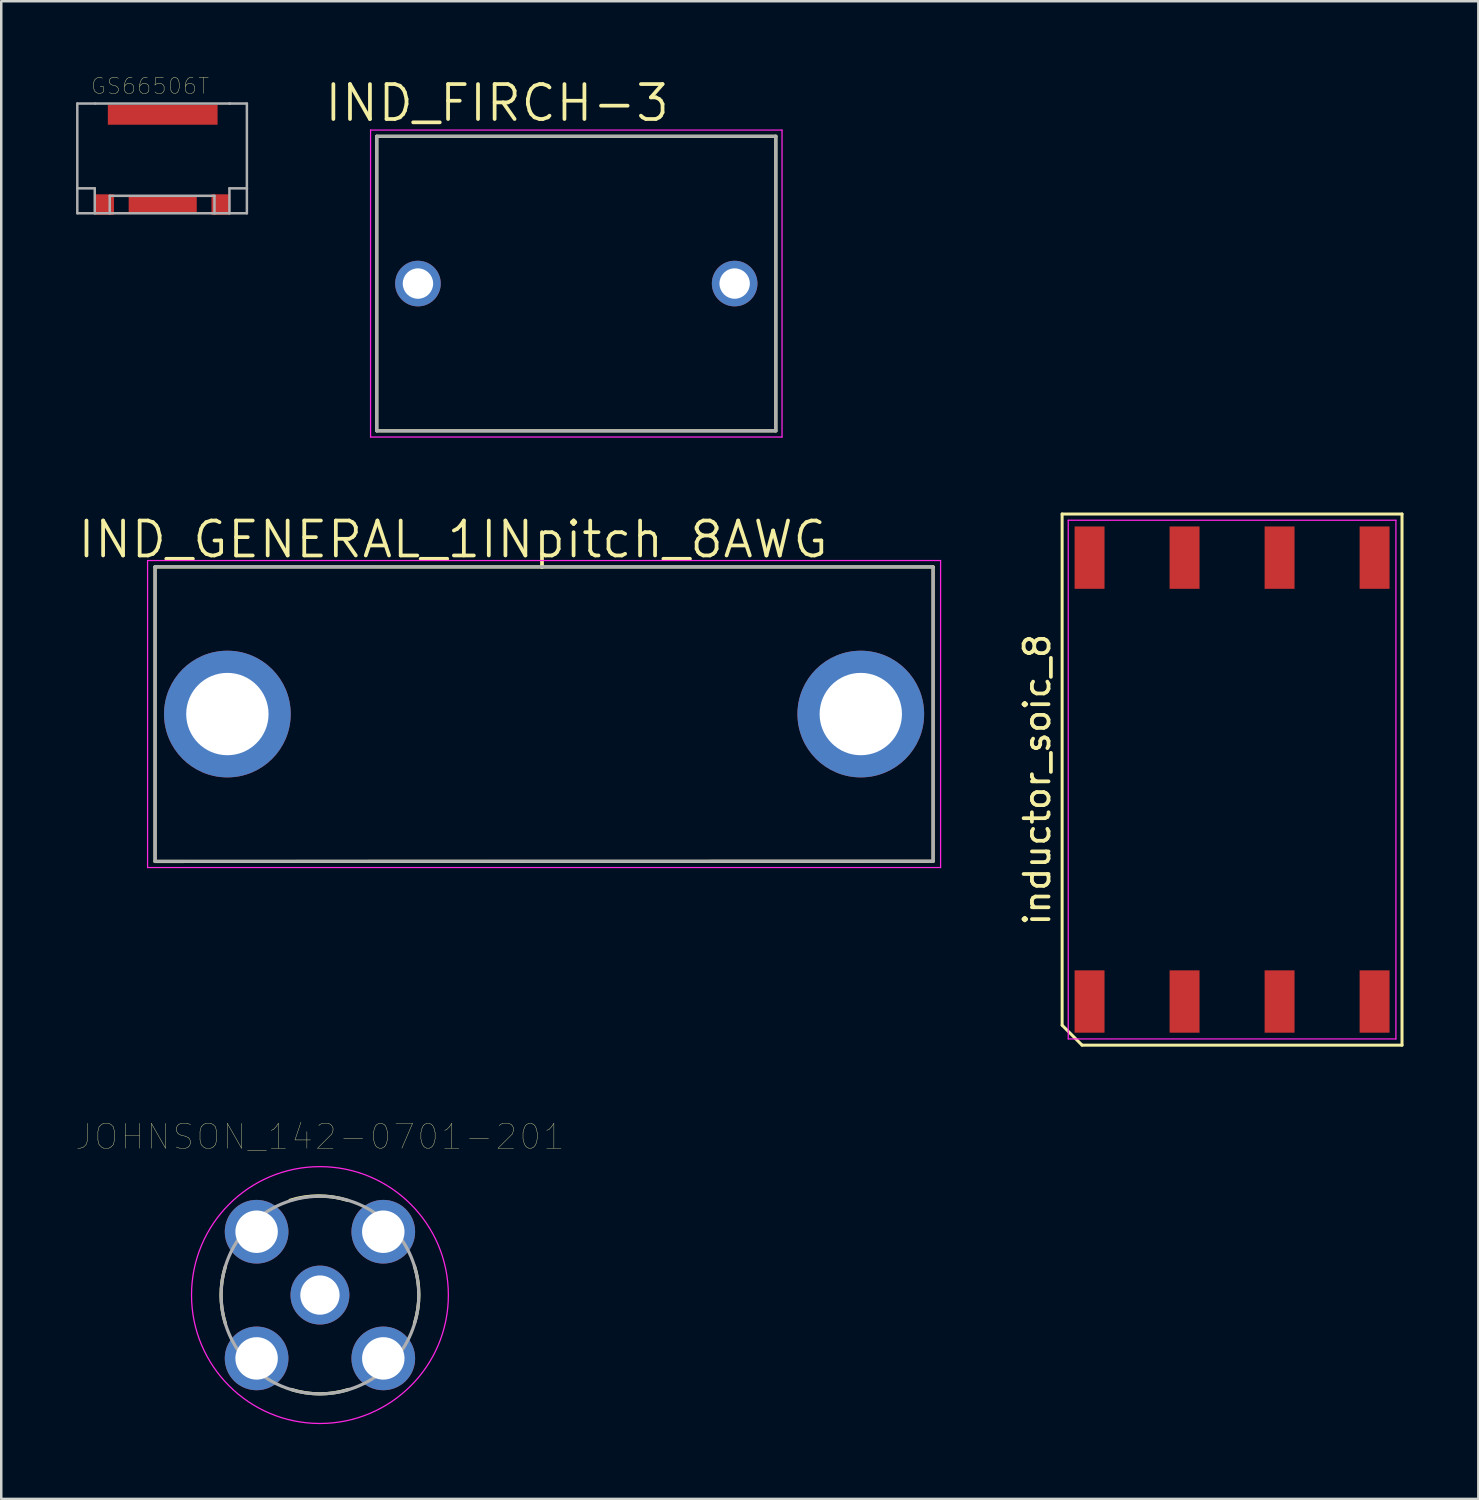
<source format=kicad_pcb>
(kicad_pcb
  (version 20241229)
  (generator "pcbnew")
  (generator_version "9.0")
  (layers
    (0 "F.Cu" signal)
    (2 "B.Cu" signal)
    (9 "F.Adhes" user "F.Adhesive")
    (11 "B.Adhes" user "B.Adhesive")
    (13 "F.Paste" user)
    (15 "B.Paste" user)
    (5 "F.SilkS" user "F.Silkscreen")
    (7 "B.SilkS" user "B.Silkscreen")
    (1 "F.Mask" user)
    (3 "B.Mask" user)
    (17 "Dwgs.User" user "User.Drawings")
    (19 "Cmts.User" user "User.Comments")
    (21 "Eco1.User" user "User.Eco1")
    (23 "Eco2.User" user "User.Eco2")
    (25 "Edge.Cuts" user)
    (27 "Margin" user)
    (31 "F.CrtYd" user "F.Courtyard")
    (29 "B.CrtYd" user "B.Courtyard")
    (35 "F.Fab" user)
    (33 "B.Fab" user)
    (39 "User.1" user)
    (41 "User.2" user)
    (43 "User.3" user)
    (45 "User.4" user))
  (footprint "IND_GENERAL_1INpitch_8AWG"
    (layer "F.Cu")
    (at 19.068 25.484)
    (property "Reference" "IND_GENERAL_1INpitch_8AWG" (at -3.95 -6.9 0) (layer "F.SilkS") (effects (font (size 1.4 1.4) (thickness 0.15))))
    (attr through_hole)
    (fp_line (start -15.9 -5.8) (end 15.3 -5.8) (stroke (width 0.127) (type solid)) (layer "F.SilkS"))
    (fp_line (start -15.9 6.011) (end -15.9 -5.8) (stroke (width 0.127) (type solid)) (layer "F.SilkS"))
    (fp_line (start 15.3 -5.8) (end 15.3 6.005) (stroke (width 0.127) (type solid)) (layer "F.SilkS"))
    (fp_line (start 15.3 6.005) (end -15.9 6.011) (stroke (width 0.127) (type solid)) (layer "F.SilkS"))
    (fp_line (start -16.2 -6.056) (end 15.6 -6.056) (stroke (width 0.05) (type solid)) (layer "F.CrtYd"))
    (fp_line (start -16.2 6.255) (end -16.2 -6.056) (stroke (width 0.05) (type solid)) (layer "F.CrtYd"))
    (fp_line (start 15.6 -6.056) (end 15.6 6.255) (stroke (width 0.05) (type solid)) (layer "F.CrtYd"))
    (fp_line (start 15.6 6.255) (end -16.2 6.255) (stroke (width 0.05) (type solid)) (layer "F.CrtYd"))
    (fp_line (start -15.9 -5.806) (end 15.3 -5.8) (stroke (width 0.127) (type solid)) (layer "F.Fab"))
    (fp_line (start -15.9 6.005) (end -15.9 -5.806) (stroke (width 0.127) (type solid)) (layer "F.Fab"))
    (fp_line (start 15.3 -5.711) (end 15.3 6) (stroke (width 0.127) (type solid)) (layer "F.Fab"))
    (fp_line (start 15.3 6) (end -15.9 6.005) (stroke (width 0.127) (type solid)) (layer "F.Fab"))
    (pad "1" thru_hole circle (at -13 0.1) (size 5.08 5.08) (drill 3.302) (layers "*.Cu" "*.Mask"))
    (pad "2" thru_hole circle (at 12.4 0.1) (size 5.08 5.08) (drill 3.302) (layers "*.Cu" "*.Mask")))
  (footprint "GS66506T"
    (layer "F.Cu")
    (at 3.475 3.352)
    (property "Reference" "GS66506T" (at -0.509 -2.951 0) (layer "F.SilkS") (effects (font (size 0.641 0.641) (thickness 0.015))))
    (attr through_hole)
    (fp_line (start -3.425 -2.25) (end -2.7 -2.25) (stroke (width 0.1) (type solid)) (layer "F.Fab"))
    (fp_line (start -3.425 1.15) (end -3.425 -2.25) (stroke (width 0.1) (type solid)) (layer "F.Fab"))
    (fp_line (start -3.425 1.15) (end -2.725 1.15) (stroke (width 0.1) (type solid)) (layer "F.Fab"))
    (fp_line (start -3.425 2.15) (end -3.425 1.15) (stroke (width 0.1) (type solid)) (layer "F.Fab"))
    (fp_line (start -2.725 1.15) (end -2.725 2.15) (stroke (width 0.1) (type solid)) (layer "F.Fab"))
    (fp_line (start -2.725 2.15) (end -3.425 2.15) (stroke (width 0.1) (type solid)) (layer "F.Fab"))
    (fp_line (start -2.7 -2.25) (end 2.7 -2.25) (stroke (width 0.1) (type solid)) (layer "F.Fab"))
    (fp_line (start -2.125 1.45) (end -2.125 2.15) (stroke (width 0.1) (type solid)) (layer "F.Fab"))
    (fp_line (start -2.125 2.15) (end -2.725 2.15) (stroke (width 0.1) (type solid)) (layer "F.Fab"))
    (fp_line (start 2.075 1.45) (end -2.125 1.45) (stroke (width 0.1) (type solid)) (layer "F.Fab"))
    (fp_line (start 2.075 2.15) (end -2.125 2.15) (stroke (width 0.1) (type solid)) (layer "F.Fab"))
    (fp_line (start 2.075 2.15) (end 2.075 1.45) (stroke (width 0.1) (type solid)) (layer "F.Fab"))
    (fp_line (start 2.675 -2.25) (end 3.375 -2.25) (stroke (width 0.1) (type solid)) (layer "F.Fab"))
    (fp_line (start 2.675 1.15) (end 2.675 2.15) (stroke (width 0.1) (type solid)) (layer "F.Fab"))
    (fp_line (start 2.675 2.15) (end 2.075 2.15) (stroke (width 0.1) (type solid)) (layer "F.Fab"))
    (fp_line (start 3.375 -2.25) (end 3.375 1.15) (stroke (width 0.1) (type solid)) (layer "F.Fab"))
    (fp_line (start 3.375 1.15) (end 2.675 1.15) (stroke (width 0.1) (type solid)) (layer "F.Fab"))
    (fp_line (start 3.375 1.15) (end 3.375 2.15) (stroke (width 0.1) (type solid)) (layer "F.Fab"))
    (fp_line (start 3.375 2.15) (end 2.675 2.15) (stroke (width 0.1) (type solid)) (layer "F.Fab"))
    (pad "1" smd rect (at 0 -1.8) (size 4.4 0.8) (layers "F.Cu" "F.Mask" "F.Paste"))
    (pad "2" smd rect (at 2.33 1.8) (size 0.75 0.82) (layers "F.Cu" "F.Mask" "F.Paste"))
    (pad "3" smd rect (at 0 1.8) (size 2.73 0.74) (layers "F.Cu" "F.Mask" "F.Paste"))
    (pad "4" smd rect (at -2.33 1.8) (size 0.75 0.82) (layers "F.Cu" "F.Mask" "F.Paste")))
  (footprint "inductor_soic_8"
    (layer "F.Cu")
    (at 46.357 28.212)
    (property "Reference" "inductor_soic_8" (at -7.815 0 90) (layer "F.SilkS") (effects (font (size 1 1) (thickness 0.15))))
    (attr smd)
    (fp_line (start -6.815 -10.65) (end 6.815 -10.65) (stroke (width 0.12) (type solid)) (layer "F.SilkS"))
    (fp_line (start -6.815 9.85) (end -6.815 -10.65) (stroke (width 0.12) (type solid)) (layer "F.SilkS"))
    (fp_line (start -6.015 10.65) (end -6.815 9.85) (stroke (width 0.12) (type solid)) (layer "F.SilkS"))
    (fp_line (start 6.815 -10.65) (end 6.815 10.65) (stroke (width 0.12) (type solid)) (layer "F.SilkS"))
    (fp_line (start 6.815 10.65) (end -6.015 10.65) (stroke (width 0.12) (type solid)) (layer "F.SilkS"))
    (fp_line (start -6.57 -10.4) (end 6.57 -10.4) (stroke (width 0.05) (type solid)) (layer "F.CrtYd"))
    (fp_line (start -6.57 10.4) (end -6.57 -10.4) (stroke (width 0.05) (type solid)) (layer "F.CrtYd"))
    (fp_line (start 6.57 -10.4) (end 6.57 10.4) (stroke (width 0.05) (type solid)) (layer "F.CrtYd"))
    (fp_line (start 6.57 10.4) (end -6.57 10.4) (stroke (width 0.05) (type solid)) (layer "F.CrtYd"))
    (pad "1" smd rect (at -5.715 8.9) (size 1.2 2.5) (layers "F.Cu" "F.Mask" "F.Paste"))
    (pad "2" smd rect (at -1.905 8.9) (size 1.2 2.5) (layers "F.Cu" "F.Mask" "F.Paste"))
    (pad "3" smd rect (at 1.905 8.9) (size 1.2 2.5) (layers "F.Cu" "F.Mask" "F.Paste"))
    (pad "4" smd rect (at 5.715 8.9) (size 1.2 2.5) (layers "F.Cu" "F.Mask" "F.Paste"))
    (pad "5" smd rect (at 5.715 -8.9) (size 1.2 2.5) (layers "F.Cu" "F.Mask" "F.Paste"))
    (pad "6" smd rect (at 1.905 -8.9) (size 1.2 2.5) (layers "F.Cu" "F.Mask" "F.Paste"))
    (pad "7" smd rect (at -1.905 -8.9) (size 1.2 2.5) (layers "F.Cu" "F.Mask" "F.Paste"))
    (pad "8" smd rect (at -5.715 -8.9) (size 1.2 2.5) (layers "F.Cu" "F.Mask" "F.Paste")))
  (footprint "IND_FIRCH-3"
    (layer "F.Cu")
    (at 20.06 8.321)
    (property "Reference" "IND_FIRCH-3" (at -3.175 -7.239 0) (layer "F.SilkS") (effects (font (size 1.4 1.4) (thickness 0.15))))
    (attr through_hole)
    (fp_line (start -8.001 -5.905) (end 8.001 -5.905) (stroke (width 0.127) (type solid)) (layer "F.SilkS"))
    (fp_line (start -8.001 5.905) (end -8.001 -5.905) (stroke (width 0.127) (type solid)) (layer "F.SilkS"))
    (fp_line (start 8.001 -5.905) (end 8.001 5.905) (stroke (width 0.127) (type solid)) (layer "F.SilkS"))
    (fp_line (start 8.001 5.905) (end -8.001 5.905) (stroke (width 0.127) (type solid)) (layer "F.SilkS"))
    (fp_line (start -8.25 -6.155) (end 8.25 -6.155) (stroke (width 0.05) (type solid)) (layer "F.CrtYd"))
    (fp_line (start -8.25 6.155) (end -8.25 -6.155) (stroke (width 0.05) (type solid)) (layer "F.CrtYd"))
    (fp_line (start 8.25 -6.155) (end 8.25 6.155) (stroke (width 0.05) (type solid)) (layer "F.CrtYd"))
    (fp_line (start 8.25 6.155) (end -8.25 6.155) (stroke (width 0.05) (type solid)) (layer "F.CrtYd"))
    (fp_line (start -8.001 -5.905) (end 8.001 -5.905) (stroke (width 0.127) (type solid)) (layer "F.Fab"))
    (fp_line (start -8.001 5.905) (end -8.001 -5.905) (stroke (width 0.127) (type solid)) (layer "F.Fab"))
    (fp_line (start 8.001 -5.905) (end 8.001 5.905) (stroke (width 0.127) (type solid)) (layer "F.Fab"))
    (fp_line (start 8.001 5.905) (end -8.001 5.905) (stroke (width 0.127) (type solid)) (layer "F.Fab"))
    (pad "1" thru_hole circle (at -6.35 0) (size 1.829 1.829) (drill 1.219) (layers "*.Cu" "*.Mask"))
    (pad "2" thru_hole circle (at 6.35 0) (size 1.829 1.829) (drill 1.219) (layers "*.Cu" "*.Mask")))
  (footprint "JOHNSON_142-0701-201"
    (layer "F.Cu")
    (at 9.78 48.883)
    (property "Reference" "JOHNSON_142-0701-201" (at 0 -6.35 0) (layer "F.SilkS") (effects (font (size 1 1) (thickness 0.015))))
    (attr through_hole)
    (fp_arc (start -3.79 1.15) (mid -3.967002 0) (end -3.79 -1.15) (stroke (width 0.127) (type solid)) (layer "F.SilkS"))
    (fp_arc (start -1.2 -3.8) (mid -0.05 -3.977002) (end 1.1 -3.8) (stroke (width 0.127) (type solid)) (layer "F.SilkS"))
    (fp_arc (start 1.145 3.785) (mid -0.005 3.962002) (end -1.155 3.785) (stroke (width 0.127) (type solid)) (layer "F.SilkS"))
    (fp_arc (start 3.79 -1.165) (mid 3.967002 -0.015) (end 3.79 1.135) (stroke (width 0.127) (type solid)) (layer "F.SilkS"))
    (fp_circle (center 0 0) (end 5.15 0) (stroke (width 0.05) (type solid)) (fill no) (layer "F.CrtYd"))
    (fp_circle (center 0 0) (end 3.962 0) (stroke (width 0.127) (type solid)) (fill no) (layer "F.Fab"))
    (pad "1" thru_hole circle (at 0 0) (size 2.362 2.362) (drill 1.575) (layers "*.Cu" "*.Mask"))
    (pad "2" thru_hole circle (at -2.54 -2.54) (size 2.553 2.553) (drill 1.702) (layers "*.Cu" "*.Mask"))
    (pad "3" thru_hole circle (at 2.54 -2.54) (size 2.553 2.553) (drill 1.702) (layers "*.Cu" "*.Mask"))
    (pad "4" thru_hole circle (at 2.54 2.54) (size 2.553 2.553) (drill 1.702) (layers "*.Cu" "*.Mask"))
    (pad "5" thru_hole circle (at -2.54 2.54) (size 2.553 2.553) (drill 1.702) (layers "*.Cu" "*.Mask")))
  (gr_rect
    (start -3 -3)
    (end 56.232 57.058)
    (stroke (width 0.1) (type default))
    (fill no)
    (layer "Edge.Cuts")))
</source>
